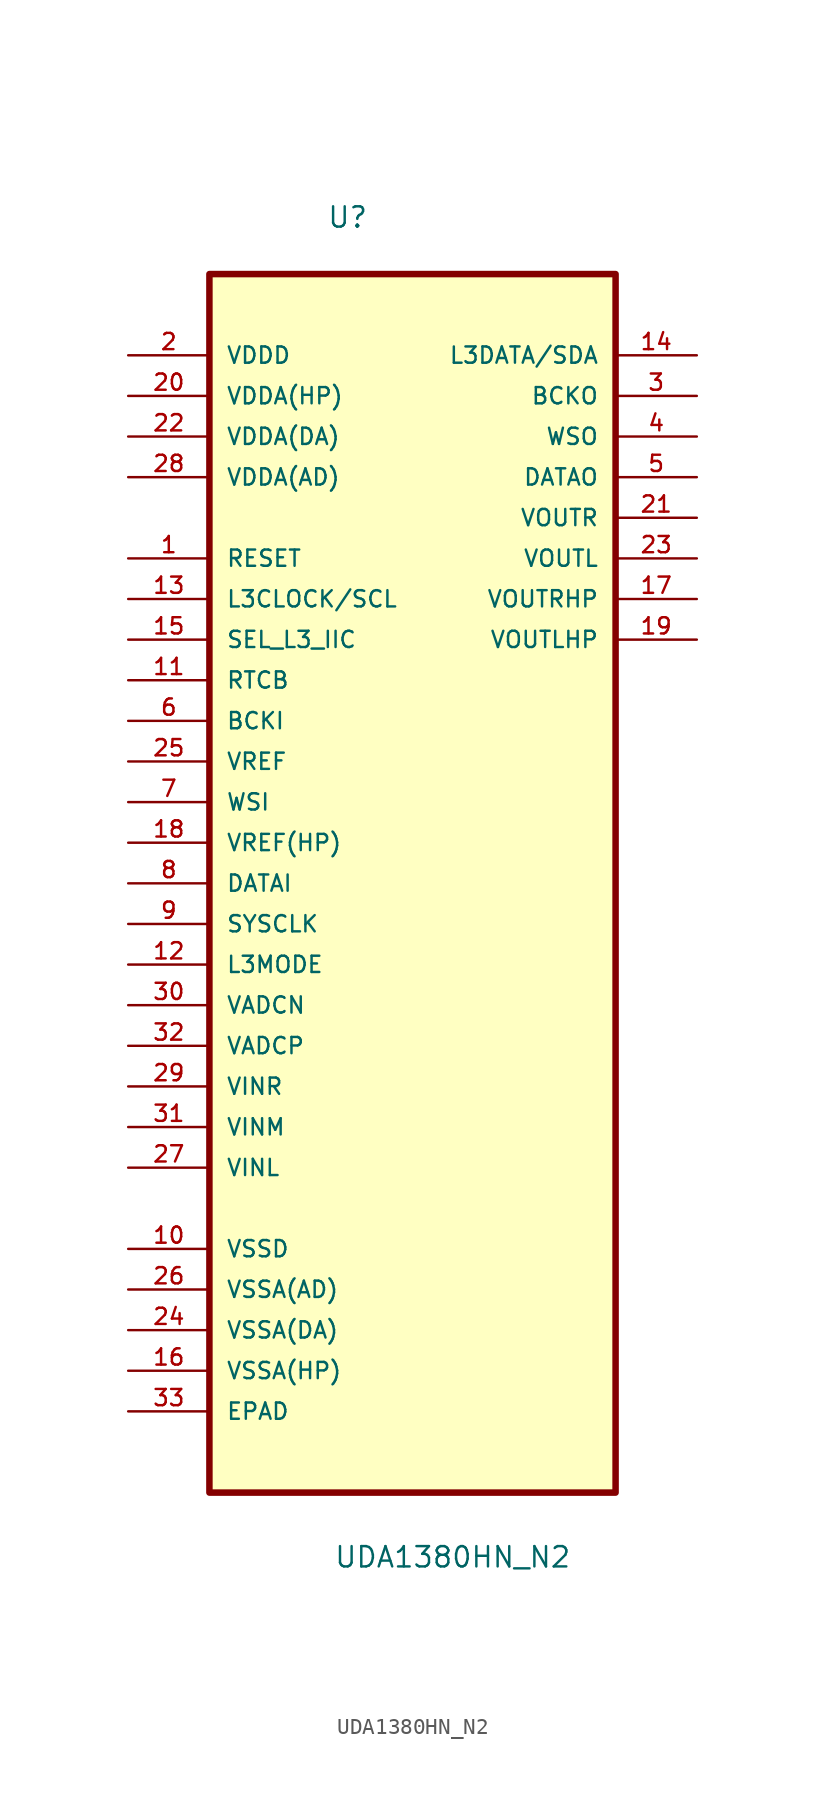
<source format=kicad_sym>
(kicad_symbol_lib
  (version 20211014)
  (generator kicad_symbol_editor)
  (symbol "UDA1380HN_N2"
    (pin_names
      (offset 1.016))
    (property "Reference" "U"
      (at -5.368 38.365 0.0)
      (effects (font (size 1.27 1.27)) (justify bottom left)))
    (property "Value" "UDA1380HN_N2"
      (at -4.936 -45.419 0.0)
      (effects (font (size 1.27 1.27)) (justify bottom left)))
    (symbol "UDA1380HN_N2_0_0"
      (rectangle (start -12.7 -40.64) (end 12.7 35.56) (stroke (width 0.406)) (fill (type background)))
      (pin power_in line (at -17.78 30.48 0) (length 5.08) (name "VDDD" (effects (font (size 1.016 1.016)))) (number "2" (effects (font (size 1.016 1.016)))))
      (pin power_in line (at -17.78 27.94 0) (length 5.08) (name "VDDA(HP)" (effects (font (size 1.016 1.016)))) (number "20" (effects (font (size 1.016 1.016)))))
      (pin power_in line (at -17.78 25.4 0) (length 5.08) (name "VDDA(DA)" (effects (font (size 1.016 1.016)))) (number "22" (effects (font (size 1.016 1.016)))))
      (pin power_in line (at -17.78 22.86 0) (length 5.08) (name "VDDA(AD)" (effects (font (size 1.016 1.016)))) (number "28" (effects (font (size 1.016 1.016)))))
      (pin input line (at -17.78 17.78 0) (length 5.08) (name "RESET" (effects (font (size 1.016 1.016)))) (number "1" (effects (font (size 1.016 1.016)))))
      (pin input line (at -17.78 15.24 0) (length 5.08) (name "L3CLOCK/SCL" (effects (font (size 1.016 1.016)))) (number "13" (effects (font (size 1.016 1.016)))))
      (pin input line (at -17.78 12.7 0) (length 5.08) (name "SEL_L3_IIC" (effects (font (size 1.016 1.016)))) (number "15" (effects (font (size 1.016 1.016)))))
      (pin input line (at -17.78 10.16 0) (length 5.08) (name "RTCB" (effects (font (size 1.016 1.016)))) (number "11" (effects (font (size 1.016 1.016)))))
      (pin input line (at -17.78 7.62 0) (length 5.08) (name "BCKI" (effects (font (size 1.016 1.016)))) (number "6" (effects (font (size 1.016 1.016)))))
      (pin input line (at -17.78 5.08 0) (length 5.08) (name "VREF" (effects (font (size 1.016 1.016)))) (number "25" (effects (font (size 1.016 1.016)))))
      (pin input line (at -17.78 2.54 0) (length 5.08) (name "WSI" (effects (font (size 1.016 1.016)))) (number "7" (effects (font (size 1.016 1.016)))))
      (pin input line (at -17.78 0.0 0) (length 5.08) (name "VREF(HP)" (effects (font (size 1.016 1.016)))) (number "18" (effects (font (size 1.016 1.016)))))
      (pin input line (at -17.78 -2.54 0) (length 5.08) (name "DATAI" (effects (font (size 1.016 1.016)))) (number "8" (effects (font (size 1.016 1.016)))))
      (pin input line (at -17.78 -5.08 0) (length 5.08) (name "SYSCLK" (effects (font (size 1.016 1.016)))) (number "9" (effects (font (size 1.016 1.016)))))
      (pin input line (at -17.78 -7.62 0) (length 5.08) (name "L3MODE" (effects (font (size 1.016 1.016)))) (number "12" (effects (font (size 1.016 1.016)))))
      (pin input line (at -17.78 -10.16 0) (length 5.08) (name "VADCN" (effects (font (size 1.016 1.016)))) (number "30" (effects (font (size 1.016 1.016)))))
      (pin input line (at -17.78 -12.7 0) (length 5.08) (name "VADCP" (effects (font (size 1.016 1.016)))) (number "32" (effects (font (size 1.016 1.016)))))
      (pin input line (at -17.78 -15.24 0) (length 5.08) (name "VINR" (effects (font (size 1.016 1.016)))) (number "29" (effects (font (size 1.016 1.016)))))
      (pin input line (at -17.78 -17.78 0) (length 5.08) (name "VINM" (effects (font (size 1.016 1.016)))) (number "31" (effects (font (size 1.016 1.016)))))
      (pin input line (at -17.78 -20.32 0) (length 5.08) (name "VINL" (effects (font (size 1.016 1.016)))) (number "27" (effects (font (size 1.016 1.016)))))
      (pin power_in line (at -17.78 -25.4 0) (length 5.08) (name "VSSD" (effects (font (size 1.016 1.016)))) (number "10" (effects (font (size 1.016 1.016)))))
      (pin power_in line (at -17.78 -27.94 0) (length 5.08) (name "VSSA(AD)" (effects (font (size 1.016 1.016)))) (number "26" (effects (font (size 1.016 1.016)))))
      (pin power_in line (at -17.78 -30.48 0) (length 5.08) (name "VSSA(DA)" (effects (font (size 1.016 1.016)))) (number "24" (effects (font (size 1.016 1.016)))))
      (pin power_in line (at -17.78 -33.02 0) (length 5.08) (name "VSSA(HP)" (effects (font (size 1.016 1.016)))) (number "16" (effects (font (size 1.016 1.016)))))
      (pin passive line (at -17.78 -35.56 0) (length 5.08) (name "EPAD" (effects (font (size 1.016 1.016)))) (number "33" (effects (font (size 1.016 1.016)))))
      (pin bidirectional line (at 17.78 30.48 180.0) (length 5.08) (name "L3DATA/SDA" (effects (font (size 1.016 1.016)))) (number "14" (effects (font (size 1.016 1.016)))))
      (pin output line (at 17.78 27.94 180.0) (length 5.08) (name "BCKO" (effects (font (size 1.016 1.016)))) (number "3" (effects (font (size 1.016 1.016)))))
      (pin output line (at 17.78 25.4 180.0) (length 5.08) (name "WSO" (effects (font (size 1.016 1.016)))) (number "4" (effects (font (size 1.016 1.016)))))
      (pin output line (at 17.78 22.86 180.0) (length 5.08) (name "DATAO" (effects (font (size 1.016 1.016)))) (number "5" (effects (font (size 1.016 1.016)))))
      (pin output line (at 17.78 20.32 180.0) (length 5.08) (name "VOUTR" (effects (font (size 1.016 1.016)))) (number "21" (effects (font (size 1.016 1.016)))))
      (pin output line (at 17.78 17.78 180.0) (length 5.08) (name "VOUTL" (effects (font (size 1.016 1.016)))) (number "23" (effects (font (size 1.016 1.016)))))
      (pin output line (at 17.78 15.24 180.0) (length 5.08) (name "VOUTRHP" (effects (font (size 1.016 1.016)))) (number "17" (effects (font (size 1.016 1.016)))))
      (pin output line (at 17.78 12.7 180.0) (length 5.08) (name "VOUTLHP" (effects (font (size 1.016 1.016)))) (number "19" (effects (font (size 1.016 1.016))))))))
</source>
